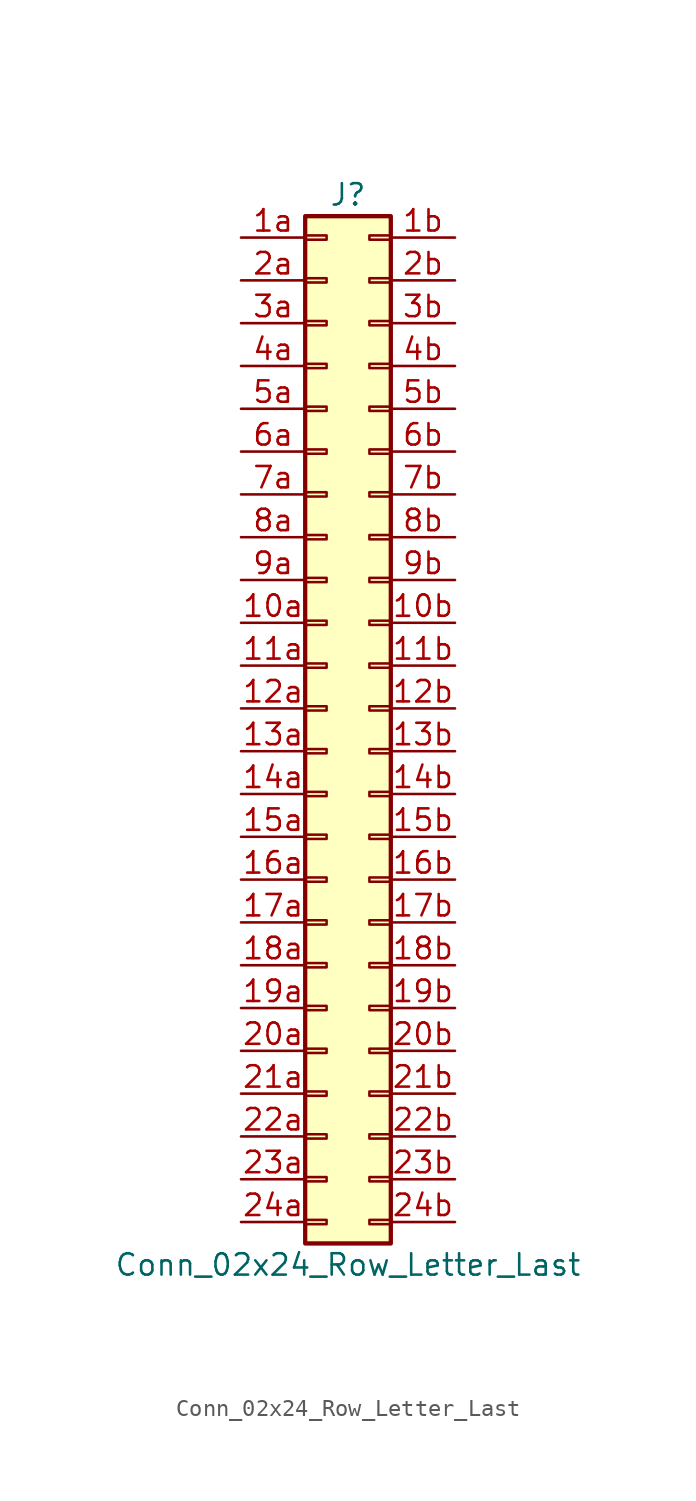
<source format=kicad_sym>
(kicad_symbol_lib
  (version 20220914)
  (generator kicad_symbol_editor)
  (symbol "Conn_02x24_Row_Letter_Last"
    (pin_names
      (offset 1.016) hide)
    (property "Reference" "J"
      (at 1.27 30.48 0)
      (effects (font (size 1.27 1.27))))
    (property "Value" "Conn_02x24_Row_Letter_Last"
      (at 1.27 -33.02 0)
      (effects (font (size 1.27 1.27))))
    (symbol "Conn_02x24_Row_Letter_Last_1_1"
      (rectangle (start -1.27 -30.353) (end 0 -30.607) (stroke (width 0.152) (type solid)) (fill (type none)))
      (rectangle (start -1.27 -27.813) (end 0 -28.067) (stroke (width 0.152) (type solid)) (fill (type none)))
      (rectangle (start -1.27 -25.273) (end 0 -25.527) (stroke (width 0.152) (type solid)) (fill (type none)))
      (rectangle (start -1.27 -22.733) (end 0 -22.987) (stroke (width 0.152) (type solid)) (fill (type none)))
      (rectangle (start -1.27 -20.193) (end 0 -20.447) (stroke (width 0.152) (type solid)) (fill (type none)))
      (rectangle (start -1.27 -17.653) (end 0 -17.907) (stroke (width 0.152) (type solid)) (fill (type none)))
      (rectangle (start -1.27 -15.113) (end 0 -15.367) (stroke (width 0.152) (type solid)) (fill (type none)))
      (rectangle (start -1.27 -12.573) (end 0 -12.827) (stroke (width 0.152) (type solid)) (fill (type none)))
      (rectangle (start -1.27 -10.033) (end 0 -10.287) (stroke (width 0.152) (type solid)) (fill (type none)))
      (rectangle (start -1.27 -7.493) (end 0 -7.747) (stroke (width 0.152) (type solid)) (fill (type none)))
      (rectangle (start -1.27 -4.953) (end 0 -5.207) (stroke (width 0.152) (type solid)) (fill (type none)))
      (rectangle (start -1.27 -2.413) (end 0 -2.667) (stroke (width 0.152) (type solid)) (fill (type none)))
      (rectangle (start -1.27 0.127) (end 0 -0.127) (stroke (width 0.152) (type solid)) (fill (type none)))
      (rectangle (start -1.27 2.667) (end 0 2.413) (stroke (width 0.152) (type solid)) (fill (type none)))
      (rectangle (start -1.27 5.207) (end 0 4.953) (stroke (width 0.152) (type solid)) (fill (type none)))
      (rectangle (start -1.27 7.747) (end 0 7.493) (stroke (width 0.152) (type solid)) (fill (type none)))
      (rectangle (start -1.27 10.287) (end 0 10.033) (stroke (width 0.152) (type solid)) (fill (type none)))
      (rectangle (start -1.27 12.827) (end 0 12.573) (stroke (width 0.152) (type solid)) (fill (type none)))
      (rectangle (start -1.27 15.367) (end 0 15.113) (stroke (width 0.152) (type solid)) (fill (type none)))
      (rectangle (start -1.27 17.907) (end 0 17.653) (stroke (width 0.152) (type solid)) (fill (type none)))
      (rectangle (start -1.27 20.447) (end 0 20.193) (stroke (width 0.152) (type solid)) (fill (type none)))
      (rectangle (start -1.27 22.987) (end 0 22.733) (stroke (width 0.152) (type solid)) (fill (type none)))
      (rectangle (start -1.27 25.527) (end 0 25.273) (stroke (width 0.152) (type solid)) (fill (type none)))
      (rectangle (start -1.27 28.067) (end 0 27.813) (stroke (width 0.152) (type solid)) (fill (type none)))
      (rectangle (start -1.27 29.21) (end 3.81 -31.75) (stroke (width 0.254) (type solid)) (fill (type background)))
      (rectangle (start 3.81 -30.353) (end 2.54 -30.607) (stroke (width 0.152) (type solid)) (fill (type none)))
      (rectangle (start 3.81 -27.813) (end 2.54 -28.067) (stroke (width 0.152) (type solid)) (fill (type none)))
      (rectangle (start 3.81 -25.273) (end 2.54 -25.527) (stroke (width 0.152) (type solid)) (fill (type none)))
      (rectangle (start 3.81 -22.733) (end 2.54 -22.987) (stroke (width 0.152) (type solid)) (fill (type none)))
      (rectangle (start 3.81 -20.193) (end 2.54 -20.447) (stroke (width 0.152) (type solid)) (fill (type none)))
      (rectangle (start 3.81 -17.653) (end 2.54 -17.907) (stroke (width 0.152) (type solid)) (fill (type none)))
      (rectangle (start 3.81 -15.113) (end 2.54 -15.367) (stroke (width 0.152) (type solid)) (fill (type none)))
      (rectangle (start 3.81 -12.573) (end 2.54 -12.827) (stroke (width 0.152) (type solid)) (fill (type none)))
      (rectangle (start 3.81 -10.033) (end 2.54 -10.287) (stroke (width 0.152) (type solid)) (fill (type none)))
      (rectangle (start 3.81 -7.493) (end 2.54 -7.747) (stroke (width 0.152) (type solid)) (fill (type none)))
      (rectangle (start 3.81 -4.953) (end 2.54 -5.207) (stroke (width 0.152) (type solid)) (fill (type none)))
      (rectangle (start 3.81 -2.413) (end 2.54 -2.667) (stroke (width 0.152) (type solid)) (fill (type none)))
      (rectangle (start 3.81 0.127) (end 2.54 -0.127) (stroke (width 0.152) (type solid)) (fill (type none)))
      (rectangle (start 3.81 2.667) (end 2.54 2.413) (stroke (width 0.152) (type solid)) (fill (type none)))
      (rectangle (start 3.81 5.207) (end 2.54 4.953) (stroke (width 0.152) (type solid)) (fill (type none)))
      (rectangle (start 3.81 7.747) (end 2.54 7.493) (stroke (width 0.152) (type solid)) (fill (type none)))
      (rectangle (start 3.81 10.287) (end 2.54 10.033) (stroke (width 0.152) (type solid)) (fill (type none)))
      (rectangle (start 3.81 12.827) (end 2.54 12.573) (stroke (width 0.152) (type solid)) (fill (type none)))
      (rectangle (start 3.81 15.367) (end 2.54 15.113) (stroke (width 0.152) (type solid)) (fill (type none)))
      (rectangle (start 3.81 17.907) (end 2.54 17.653) (stroke (width 0.152) (type solid)) (fill (type none)))
      (rectangle (start 3.81 20.447) (end 2.54 20.193) (stroke (width 0.152) (type solid)) (fill (type none)))
      (rectangle (start 3.81 22.987) (end 2.54 22.733) (stroke (width 0.152) (type solid)) (fill (type none)))
      (rectangle (start 3.81 25.527) (end 2.54 25.273) (stroke (width 0.152) (type solid)) (fill (type none)))
      (rectangle (start 3.81 28.067) (end 2.54 27.813) (stroke (width 0.152) (type solid)) (fill (type none)))
      (pin passive line (at -5.08 5.08 0) (length 3.81) (name "Pin_10a" (effects (font (size 1.27 1.27)))) (number "10a" (effects (font (size 1.27 1.27)))))
      (pin passive line (at 7.62 5.08 180) (length 3.81) (name "Pin_10b" (effects (font (size 1.27 1.27)))) (number "10b" (effects (font (size 1.27 1.27)))))
      (pin passive line (at -5.08 2.54 0) (length 3.81) (name "Pin_11a" (effects (font (size 1.27 1.27)))) (number "11a" (effects (font (size 1.27 1.27)))))
      (pin passive line (at 7.62 2.54 180) (length 3.81) (name "Pin_11b" (effects (font (size 1.27 1.27)))) (number "11b" (effects (font (size 1.27 1.27)))))
      (pin passive line (at -5.08 0 0) (length 3.81) (name "Pin_12a" (effects (font (size 1.27 1.27)))) (number "12a" (effects (font (size 1.27 1.27)))))
      (pin passive line (at 7.62 0 180) (length 3.81) (name "Pin_12b" (effects (font (size 1.27 1.27)))) (number "12b" (effects (font (size 1.27 1.27)))))
      (pin passive line (at -5.08 -2.54 0) (length 3.81) (name "Pin_13a" (effects (font (size 1.27 1.27)))) (number "13a" (effects (font (size 1.27 1.27)))))
      (pin passive line (at 7.62 -2.54 180) (length 3.81) (name "Pin_13b" (effects (font (size 1.27 1.27)))) (number "13b" (effects (font (size 1.27 1.27)))))
      (pin passive line (at -5.08 -5.08 0) (length 3.81) (name "Pin_14a" (effects (font (size 1.27 1.27)))) (number "14a" (effects (font (size 1.27 1.27)))))
      (pin passive line (at 7.62 -5.08 180) (length 3.81) (name "Pin_14b" (effects (font (size 1.27 1.27)))) (number "14b" (effects (font (size 1.27 1.27)))))
      (pin passive line (at -5.08 -7.62 0) (length 3.81) (name "Pin_15a" (effects (font (size 1.27 1.27)))) (number "15a" (effects (font (size 1.27 1.27)))))
      (pin passive line (at 7.62 -7.62 180) (length 3.81) (name "Pin_15b" (effects (font (size 1.27 1.27)))) (number "15b" (effects (font (size 1.27 1.27)))))
      (pin passive line (at -5.08 -10.16 0) (length 3.81) (name "Pin_16a" (effects (font (size 1.27 1.27)))) (number "16a" (effects (font (size 1.27 1.27)))))
      (pin passive line (at 7.62 -10.16 180) (length 3.81) (name "Pin_16b" (effects (font (size 1.27 1.27)))) (number "16b" (effects (font (size 1.27 1.27)))))
      (pin passive line (at -5.08 -12.7 0) (length 3.81) (name "Pin_17a" (effects (font (size 1.27 1.27)))) (number "17a" (effects (font (size 1.27 1.27)))))
      (pin passive line (at 7.62 -12.7 180) (length 3.81) (name "Pin_17b" (effects (font (size 1.27 1.27)))) (number "17b" (effects (font (size 1.27 1.27)))))
      (pin passive line (at -5.08 -15.24 0) (length 3.81) (name "Pin_18a" (effects (font (size 1.27 1.27)))) (number "18a" (effects (font (size 1.27 1.27)))))
      (pin passive line (at 7.62 -15.24 180) (length 3.81) (name "Pin_18b" (effects (font (size 1.27 1.27)))) (number "18b" (effects (font (size 1.27 1.27)))))
      (pin passive line (at -5.08 -17.78 0) (length 3.81) (name "Pin_19a" (effects (font (size 1.27 1.27)))) (number "19a" (effects (font (size 1.27 1.27)))))
      (pin passive line (at 7.62 -17.78 180) (length 3.81) (name "Pin_19b" (effects (font (size 1.27 1.27)))) (number "19b" (effects (font (size 1.27 1.27)))))
      (pin passive line (at -5.08 27.94 0) (length 3.81) (name "Pin_1a" (effects (font (size 1.27 1.27)))) (number "1a" (effects (font (size 1.27 1.27)))))
      (pin passive line (at 7.62 27.94 180) (length 3.81) (name "Pin_1b" (effects (font (size 1.27 1.27)))) (number "1b" (effects (font (size 1.27 1.27)))))
      (pin passive line (at -5.08 -20.32 0) (length 3.81) (name "Pin_20a" (effects (font (size 1.27 1.27)))) (number "20a" (effects (font (size 1.27 1.27)))))
      (pin passive line (at 7.62 -20.32 180) (length 3.81) (name "Pin_20b" (effects (font (size 1.27 1.27)))) (number "20b" (effects (font (size 1.27 1.27)))))
      (pin passive line (at -5.08 -22.86 0) (length 3.81) (name "Pin_21a" (effects (font (size 1.27 1.27)))) (number "21a" (effects (font (size 1.27 1.27)))))
      (pin passive line (at 7.62 -22.86 180) (length 3.81) (name "Pin_21b" (effects (font (size 1.27 1.27)))) (number "21b" (effects (font (size 1.27 1.27)))))
      (pin passive line (at -5.08 -25.4 0) (length 3.81) (name "Pin_22a" (effects (font (size 1.27 1.27)))) (number "22a" (effects (font (size 1.27 1.27)))))
      (pin passive line (at 7.62 -25.4 180) (length 3.81) (name "Pin_22b" (effects (font (size 1.27 1.27)))) (number "22b" (effects (font (size 1.27 1.27)))))
      (pin passive line (at -5.08 -27.94 0) (length 3.81) (name "Pin_23a" (effects (font (size 1.27 1.27)))) (number "23a" (effects (font (size 1.27 1.27)))))
      (pin passive line (at 7.62 -27.94 180) (length 3.81) (name "Pin_23b" (effects (font (size 1.27 1.27)))) (number "23b" (effects (font (size 1.27 1.27)))))
      (pin passive line (at -5.08 -30.48 0) (length 3.81) (name "Pin_24a" (effects (font (size 1.27 1.27)))) (number "24a" (effects (font (size 1.27 1.27)))))
      (pin passive line (at 7.62 -30.48 180) (length 3.81) (name "Pin_24b" (effects (font (size 1.27 1.27)))) (number "24b" (effects (font (size 1.27 1.27)))))
      (pin passive line (at -5.08 25.4 0) (length 3.81) (name "Pin_2a" (effects (font (size 1.27 1.27)))) (number "2a" (effects (font (size 1.27 1.27)))))
      (pin passive line (at 7.62 25.4 180) (length 3.81) (name "Pin_2b" (effects (font (size 1.27 1.27)))) (number "2b" (effects (font (size 1.27 1.27)))))
      (pin passive line (at -5.08 22.86 0) (length 3.81) (name "Pin_3a" (effects (font (size 1.27 1.27)))) (number "3a" (effects (font (size 1.27 1.27)))))
      (pin passive line (at 7.62 22.86 180) (length 3.81) (name "Pin_3b" (effects (font (size 1.27 1.27)))) (number "3b" (effects (font (size 1.27 1.27)))))
      (pin passive line (at -5.08 20.32 0) (length 3.81) (name "Pin_4a" (effects (font (size 1.27 1.27)))) (number "4a" (effects (font (size 1.27 1.27)))))
      (pin passive line (at 7.62 20.32 180) (length 3.81) (name "Pin_4b" (effects (font (size 1.27 1.27)))) (number "4b" (effects (font (size 1.27 1.27)))))
      (pin passive line (at -5.08 17.78 0) (length 3.81) (name "Pin_5a" (effects (font (size 1.27 1.27)))) (number "5a" (effects (font (size 1.27 1.27)))))
      (pin passive line (at 7.62 17.78 180) (length 3.81) (name "Pin_5b" (effects (font (size 1.27 1.27)))) (number "5b" (effects (font (size 1.27 1.27)))))
      (pin passive line (at -5.08 15.24 0) (length 3.81) (name "Pin_6a" (effects (font (size 1.27 1.27)))) (number "6a" (effects (font (size 1.27 1.27)))))
      (pin passive line (at 7.62 15.24 180) (length 3.81) (name "Pin_6b" (effects (font (size 1.27 1.27)))) (number "6b" (effects (font (size 1.27 1.27)))))
      (pin passive line (at -5.08 12.7 0) (length 3.81) (name "Pin_7a" (effects (font (size 1.27 1.27)))) (number "7a" (effects (font (size 1.27 1.27)))))
      (pin passive line (at 7.62 12.7 180) (length 3.81) (name "Pin_7b" (effects (font (size 1.27 1.27)))) (number "7b" (effects (font (size 1.27 1.27)))))
      (pin passive line (at -5.08 10.16 0) (length 3.81) (name "Pin_8a" (effects (font (size 1.27 1.27)))) (number "8a" (effects (font (size 1.27 1.27)))))
      (pin passive line (at 7.62 10.16 180) (length 3.81) (name "Pin_8b" (effects (font (size 1.27 1.27)))) (number "8b" (effects (font (size 1.27 1.27)))))
      (pin passive line (at -5.08 7.62 0) (length 3.81) (name "Pin_9a" (effects (font (size 1.27 1.27)))) (number "9a" (effects (font (size 1.27 1.27)))))
      (pin passive line (at 7.62 7.62 180) (length 3.81) (name "Pin_9b" (effects (font (size 1.27 1.27)))) (number "9b" (effects (font (size 1.27 1.27))))))))
</source>
